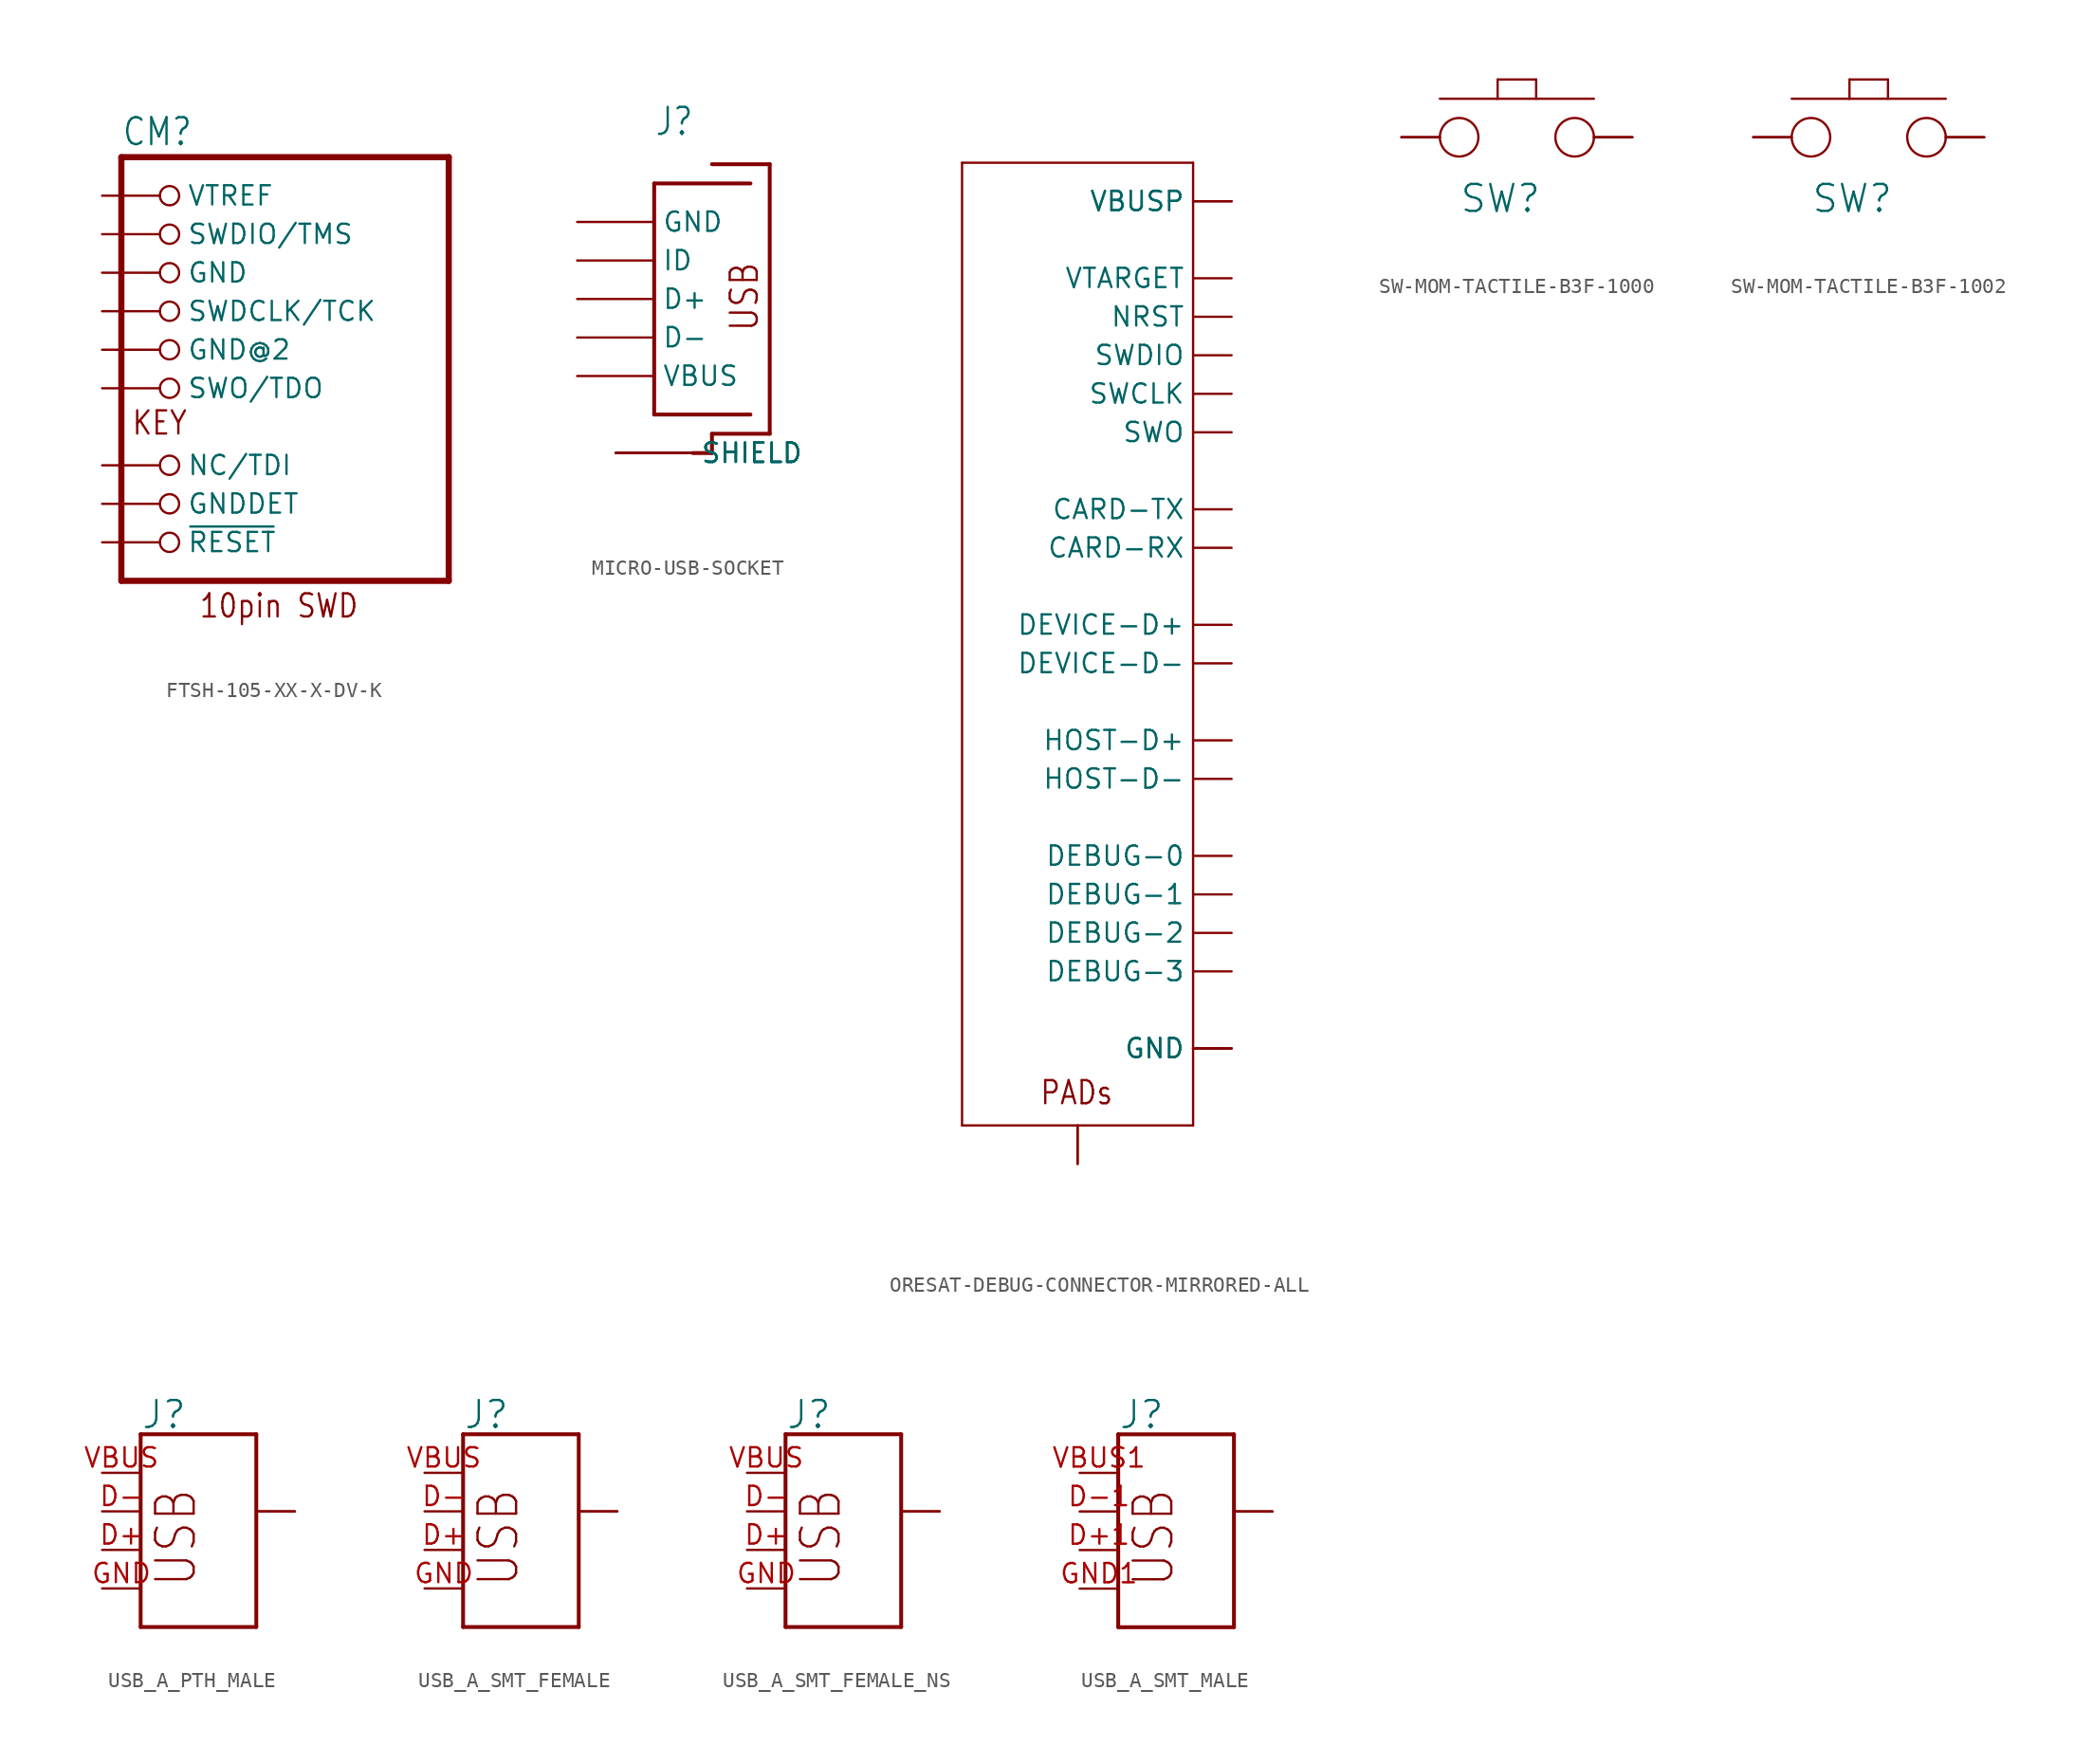
<source format=kicad_sym>
(kicad_symbol_lib
  (version 20231120)
  (generator "kicad_symbol_editor")
  (generator_version "8.0")
  (symbol "FTSH-105-XX-X-DV-K"
    (property "Reference" "CM"
      (at -6.35 18.415 0)
      (effects (font (size 1.778 1.511)) (justify left bottom)))
    (property "ki_locked" ""
      (at 0 0 0)
      (effects (font (size 1.27 1.27))))
    (symbol "FTSH-105-XX-X-DV-K_1_0"
      (polyline (pts (xy -6.35 -10.16) (xy 15.24 -10.16)) (stroke (width 0.406) (type solid)) (fill (type none)))
      (polyline (pts (xy -6.35 17.78) (xy -6.35 -10.16)) (stroke (width 0.406) (type solid)) (fill (type none)))
      (polyline (pts (xy 15.24 -10.16) (xy 15.24 17.78)) (stroke (width 0.406) (type solid)) (fill (type none)))
      (polyline (pts (xy 15.24 17.78) (xy -6.35 17.78)) (stroke (width 0.406) (type solid)) (fill (type none)))
      (text "10pin SWD" (at -1.27 -12.7 0) (effects (font (size 1.524 1.295)) (justify left bottom)))
      (text "KEY" (at -5.715 -0.635 0) (effects (font (size 1.524 1.295)) (justify left bottom)))
      (pin passive inverted (at -7.62 15.24 0) (length 5.08) (name "VTREF" (effects (font (size 1.27 1.27)))) (number "1" (effects (font (size 0 0)))))
      (pin passive inverted (at -7.62 -7.62 0) (length 5.08) (name "~{RESET}" (effects (font (size 1.27 1.27)))) (number "10" (effects (font (size 0 0)))))
      (pin passive inverted (at -7.62 12.7 0) (length 5.08) (name "SWDIO/TMS" (effects (font (size 1.27 1.27)))) (number "2" (effects (font (size 0 0)))))
      (pin passive inverted (at -7.62 10.16 0) (length 5.08) (name "GND" (effects (font (size 1.27 1.27)))) (number "3" (effects (font (size 0 0)))))
      (pin passive inverted (at -7.62 7.62 0) (length 5.08) (name "SWDCLK/TCK" (effects (font (size 1.27 1.27)))) (number "4" (effects (font (size 0 0)))))
      (pin passive inverted (at -7.62 5.08 0) (length 5.08) (name "GND@2" (effects (font (size 1.27 1.27)))) (number "5" (effects (font (size 0 0)))))
      (pin passive inverted (at -7.62 2.54 0) (length 5.08) (name "SWO/TDO" (effects (font (size 1.27 1.27)))) (number "6" (effects (font (size 0 0)))))
      (pin passive inverted (at -7.62 -2.54 0) (length 5.08) (name "NC/TDI" (effects (font (size 1.27 1.27)))) (number "8" (effects (font (size 0 0)))))
      (pin passive inverted (at -7.62 -5.08 0) (length 5.08) (name "GNDDET" (effects (font (size 1.27 1.27)))) (number "9" (effects (font (size 0 0)))))))
  (symbol "MICRO-USB-SOCKET"
    (property "Reference" "J"
      (at -2.54 10.668 0)
      (effects (font (size 1.778 1.511)) (justify left bottom)))
    (property "Value" ""
      (at -2.54 -13.97 0)
      (effects (font (size 1.778 1.511)) (justify left bottom)))
    (property "ki_locked" ""
      (at 0 0 0)
      (effects (font (size 1.27 1.27))))
    (symbol "MICRO-USB-SOCKET_1_0"
      (polyline (pts (xy -2.54 -7.62) (xy -2.54 7.62)) (stroke (width 0.254) (type solid)) (fill (type none)))
      (polyline (pts (xy -2.54 7.62) (xy 3.81 7.62)) (stroke (width 0.254) (type solid)) (fill (type none)))
      (polyline (pts (xy 0 -10.16) (xy 1.27 -10.16)) (stroke (width 0.254) (type solid)) (fill (type none)))
      (polyline (pts (xy 1.27 -8.89) (xy 1.27 -10.16)) (stroke (width 0.254) (type solid)) (fill (type none)))
      (polyline (pts (xy 1.27 8.89) (xy 5.08 8.89)) (stroke (width 0.254) (type solid)) (fill (type none)))
      (polyline (pts (xy 3.81 -7.62) (xy -2.54 -7.62)) (stroke (width 0.254) (type solid)) (fill (type none)))
      (polyline (pts (xy 5.08 -8.89) (xy 1.27 -8.89)) (stroke (width 0.254) (type solid)) (fill (type none)))
      (polyline (pts (xy 5.08 8.89) (xy 5.08 -8.89)) (stroke (width 0.254) (type solid)) (fill (type none)))
      (text "USB" (at 4.445 -2.223 900) (effects (font (size 1.778 1.511)) (justify left bottom)))
      (pin passive line (at -7.62 -5.08 0) (length 5.08) (name "VBUS" (effects (font (size 1.27 1.27)))) (number "1" (effects (font (size 0 0)))))
      (pin passive line (at -7.62 -2.54 0) (length 5.08) (name "D-" (effects (font (size 1.27 1.27)))) (number "2" (effects (font (size 0 0)))))
      (pin passive line (at -7.62 0 0) (length 5.08) (name "D+" (effects (font (size 1.27 1.27)))) (number "3" (effects (font (size 0 0)))))
      (pin passive line (at -7.62 2.54 0) (length 5.08) (name "ID" (effects (font (size 1.27 1.27)))) (number "4" (effects (font (size 0 0)))))
      (pin passive line (at -7.62 5.08 0) (length 5.08) (name "GND" (effects (font (size 1.27 1.27)))) (number "5" (effects (font (size 0 0)))))
      (pin passive line (at -5.08 -10.16 0) (length 5.08) (name "SHIELD" (effects (font (size 1.27 1.27)))) (number "SHELL" (effects (font (size 0 0)))))
      (pin passive line (at -5.08 -10.16 0) (length 5.08) (name "SHIELD" (effects (font (size 1.27 1.27)))) (number "SHELL1" (effects (font (size 0 0)))))
      (pin passive line (at -5.08 -10.16 0) (length 5.08) (name "SHIELD" (effects (font (size 1.27 1.27)))) (number "SHELL2" (effects (font (size 0 0)))))
      (pin passive line (at -5.08 -10.16 0) (length 5.08) (name "SHIELD" (effects (font (size 1.27 1.27)))) (number "SHELL3" (effects (font (size 0 0)))))))
  (symbol "ORESAT-DEBUG-CONNECTOR-MIRRORED-ALL"
    (property "Reference" "J"
      (at -2.54 31.75 0)
      (effects (font (size 2.083 1.77)) (justify left bottom) (hide yes)))
    (property "ki_locked" ""
      (at 0 0 0)
      (effects (font (size 1.27 1.27))))
    (symbol "ORESAT-DEBUG-CONNECTOR-MIRRORED-ALL_1_0"
      (polyline (pts (xy -6.35 -33.02) (xy 8.89 -33.02)) (stroke (width 0.152) (type solid)) (fill (type none)))
      (polyline (pts (xy -6.35 30.48) (xy -6.35 -33.02)) (stroke (width 0.152) (type solid)) (fill (type none)))
      (polyline (pts (xy 8.89 -33.02) (xy 8.89 30.48)) (stroke (width 0.152) (type solid)) (fill (type none)))
      (polyline (pts (xy 8.89 30.48) (xy -6.35 30.48)) (stroke (width 0.152) (type solid)) (fill (type none)))
      (text "PADs" (at -1.27 -31.75 0) (effects (font (size 1.524 1.295)) (justify left bottom)))
      (pin passive line (at 11.43 -22.86 180) (length 2.54) (name "DEBUG-3" (effects (font (size 1.27 1.27)))) (number "1" (effects (font (size 0 0)))))
      (pin passive line (at 11.43 22.86 180) (length 2.54) (name "VTARGET" (effects (font (size 1.27 1.27)))) (number "10" (effects (font (size 0 0)))))
      (pin passive line (at 11.43 20.32 180) (length 2.54) (name "NRST" (effects (font (size 1.27 1.27)))) (number "11" (effects (font (size 0 0)))))
      (pin passive line (at 11.43 -27.94 180) (length 2.54) (name "GND" (effects (font (size 1.27 1.27)))) (number "12" (effects (font (size 0 0)))))
      (pin passive line (at 11.43 -10.16 180) (length 2.54) (name "HOST-D-" (effects (font (size 1.27 1.27)))) (number "13" (effects (font (size 0 0)))))
      (pin passive line (at 11.43 -7.62 180) (length 2.54) (name "HOST-D+" (effects (font (size 1.27 1.27)))) (number "14" (effects (font (size 0 0)))))
      (pin passive line (at 11.43 -27.94 180) (length 2.54) (name "GND" (effects (font (size 1.27 1.27)))) (number "15" (effects (font (size 0 0)))))
      (pin passive line (at 11.43 -2.54 180) (length 2.54) (name "DEVICE-D-" (effects (font (size 1.27 1.27)))) (number "16" (effects (font (size 0 0)))))
      (pin passive line (at 11.43 0 180) (length 2.54) (name "DEVICE-D+" (effects (font (size 1.27 1.27)))) (number "17" (effects (font (size 0 0)))))
      (pin passive line (at 11.43 -27.94 180) (length 2.54) (name "GND" (effects (font (size 1.27 1.27)))) (number "18" (effects (font (size 0 0)))))
      (pin passive line (at 11.43 27.94 180) (length 2.54) (name "VBUSP" (effects (font (size 1.27 1.27)))) (number "19" (effects (font (size 0 0)))))
      (pin passive line (at 11.43 -20.32 180) (length 2.54) (name "DEBUG-2" (effects (font (size 1.27 1.27)))) (number "2" (effects (font (size 0 0)))))
      (pin passive line (at 11.43 27.94 180) (length 2.54) (name "VBUSP" (effects (font (size 1.27 1.27)))) (number "20" (effects (font (size 0 0)))))
      (pin passive line (at 11.43 -17.78 180) (length 2.54) (name "DEBUG-1" (effects (font (size 1.27 1.27)))) (number "3" (effects (font (size 0 0)))))
      (pin passive line (at 11.43 -15.24 180) (length 2.54) (name "DEBUG-0" (effects (font (size 1.27 1.27)))) (number "4" (effects (font (size 0 0)))))
      (pin passive line (at 11.43 12.7 180) (length 2.54) (name "SWO" (effects (font (size 1.27 1.27)))) (number "5" (effects (font (size 0 0)))))
      (pin passive line (at 11.43 15.24 180) (length 2.54) (name "SWCLK" (effects (font (size 1.27 1.27)))) (number "6" (effects (font (size 0 0)))))
      (pin passive line (at 11.43 17.78 180) (length 2.54) (name "SWDIO" (effects (font (size 1.27 1.27)))) (number "7" (effects (font (size 0 0)))))
      (pin passive line (at 11.43 7.62 180) (length 2.54) (name "CARD-TX" (effects (font (size 1.27 1.27)))) (number "8" (effects (font (size 0 0)))))
      (pin passive line (at 11.43 5.08 180) (length 2.54) (name "CARD-RX" (effects (font (size 1.27 1.27)))) (number "9" (effects (font (size 0 0)))))
      (pin bidirectional line (at 1.27 -35.56 90) (length 2.54) (name "PAD" (effects (font (size 0 0)))) (number "PAD1" (effects (font (size 0 0)))))
      (pin bidirectional line (at 1.27 -35.56 90) (length 2.54) (name "PAD" (effects (font (size 0 0)))) (number "PAD2" (effects (font (size 0 0)))))))
  (symbol "SW-MOM-TACTILE-B3F-1000"
    (property "Reference" "SW"
      (at -3.81 -5.08 0)
      (effects (font (size 1.778 1.778)) (justify left bottom)))
    (property "Value" ""
      (at -3.81 -7.62 0)
      (effects (font (size 1.778 1.778)) (justify left bottom)))
    (property "ki_locked" ""
      (at 0 0 0)
      (effects (font (size 1.27 1.27))))
    (symbol "SW-MOM-TACTILE-B3F-1000_1_0"
      (circle (center -3.81 0) (radius 1.27) (stroke (width 0.152) (type solid)) (fill (type none)))
      (polyline (pts (xy -5.08 2.54) (xy -1.27 2.54)) (stroke (width 0.152) (type solid)) (fill (type none)))
      (polyline (pts (xy -1.27 2.54) (xy -1.27 3.81)) (stroke (width 0.152) (type solid)) (fill (type none)))
      (polyline (pts (xy -1.27 2.54) (xy 1.27 2.54)) (stroke (width 0.152) (type solid)) (fill (type none)))
      (polyline (pts (xy -1.27 3.81) (xy 1.27 3.81)) (stroke (width 0.152) (type solid)) (fill (type none)))
      (polyline (pts (xy 1.27 2.54) (xy 5.08 2.54)) (stroke (width 0.152) (type solid)) (fill (type none)))
      (polyline (pts (xy 1.27 3.81) (xy 1.27 2.54)) (stroke (width 0.152) (type solid)) (fill (type none)))
      (circle (center 3.81 0) (radius 1.27) (stroke (width 0.152) (type solid)) (fill (type none)))
      (pin passive line (at -7.62 0 0) (length 2.54) (name "1" (effects (font (size 0 0)))) (number "1" (effects (font (size 0 0)))))
      (pin passive line (at -7.62 0 0) (length 2.54) (name "1" (effects (font (size 0 0)))) (number "2" (effects (font (size 0 0)))))
      (pin passive line (at 7.62 0 180) (length 2.54) (name "2" (effects (font (size 0 0)))) (number "3" (effects (font (size 0 0)))))
      (pin passive line (at 7.62 0 180) (length 2.54) (name "2" (effects (font (size 0 0)))) (number "4" (effects (font (size 0 0)))))))
  (symbol "SW-MOM-TACTILE-B3F-1002"
    (property "Reference" "SW"
      (at -3.81 -5.08 0)
      (effects (font (size 1.778 1.778)) (justify left bottom)))
    (property "Value" ""
      (at -3.81 -7.62 0)
      (effects (font (size 1.778 1.778)) (justify left bottom)))
    (property "ki_locked" ""
      (at 0 0 0)
      (effects (font (size 1.27 1.27))))
    (symbol "SW-MOM-TACTILE-B3F-1002_1_0"
      (circle (center -3.81 0) (radius 1.27) (stroke (width 0.152) (type solid)) (fill (type none)))
      (polyline (pts (xy -5.08 2.54) (xy -1.27 2.54)) (stroke (width 0.152) (type solid)) (fill (type none)))
      (polyline (pts (xy -1.27 2.54) (xy -1.27 3.81)) (stroke (width 0.152) (type solid)) (fill (type none)))
      (polyline (pts (xy -1.27 2.54) (xy 1.27 2.54)) (stroke (width 0.152) (type solid)) (fill (type none)))
      (polyline (pts (xy -1.27 3.81) (xy 1.27 3.81)) (stroke (width 0.152) (type solid)) (fill (type none)))
      (polyline (pts (xy 1.27 2.54) (xy 5.08 2.54)) (stroke (width 0.152) (type solid)) (fill (type none)))
      (polyline (pts (xy 1.27 3.81) (xy 1.27 2.54)) (stroke (width 0.152) (type solid)) (fill (type none)))
      (circle (center 3.81 0) (radius 1.27) (stroke (width 0.152) (type solid)) (fill (type none)))
      (pin passive line (at -7.62 0 0) (length 2.54) (name "1" (effects (font (size 0 0)))) (number "1" (effects (font (size 0 0)))))
      (pin passive line (at -7.62 0 0) (length 2.54) (name "1" (effects (font (size 0 0)))) (number "2" (effects (font (size 0 0)))))
      (pin passive line (at 7.62 0 180) (length 2.54) (name "2" (effects (font (size 0 0)))) (number "3" (effects (font (size 0 0)))))
      (pin passive line (at 7.62 0 180) (length 2.54) (name "2" (effects (font (size 0 0)))) (number "4" (effects (font (size 0 0)))))))
  (symbol "USB_A_PTH_MALE"
    (property "Reference" "J"
      (at -5.08 7.874 0)
      (effects (font (size 1.778 1.778)) (justify left bottom)))
    (property "Value" ""
      (at -5.08 -5.334 0)
      (effects (font (size 1.778 1.778)) (justify left top)))
    (property "ki_locked" ""
      (at 0 0 0)
      (effects (font (size 1.27 1.27))))
    (symbol "USB_A_PTH_MALE_1_0"
      (polyline (pts (xy -5.08 -5.08) (xy 2.54 -5.08)) (stroke (width 0.254) (type solid)) (fill (type none)))
      (polyline (pts (xy -5.08 7.62) (xy -5.08 -5.08)) (stroke (width 0.254) (type solid)) (fill (type none)))
      (polyline (pts (xy 2.54 7.62) (xy -5.08 7.62)) (stroke (width 0.254) (type solid)) (fill (type none)))
      (polyline (pts (xy 2.54 7.62) (xy 2.54 -5.08)) (stroke (width 0.254) (type solid)) (fill (type none)))
      (text "USB" (at -1.27 -2.54 900) (effects (font (size 2.54 2.159)) (justify left bottom)))
      (pin bidirectional line (at -7.62 0 0) (length 2.54) (name "D+" (effects (font (size 0 0)))) (number "D+" (effects (font (size 1.27 1.27)))))
      (pin bidirectional line (at -7.62 2.54 0) (length 2.54) (name "D-" (effects (font (size 0 0)))) (number "D-" (effects (font (size 1.27 1.27)))))
      (pin power_in line (at -7.62 -2.54 0) (length 2.54) (name "GND" (effects (font (size 0 0)))) (number "GND" (effects (font (size 1.27 1.27)))))
      (pin bidirectional line (at 5.08 2.54 180) (length 2.54) (name "SHIELD" (effects (font (size 0 0)))) (number "SHLD1" (effects (font (size 0 0)))))
      (pin bidirectional line (at 5.08 2.54 180) (length 2.54) (name "SHIELD" (effects (font (size 0 0)))) (number "SHLD2" (effects (font (size 0 0)))))
      (pin power_in line (at -7.62 5.08 0) (length 2.54) (name "VBUS" (effects (font (size 0 0)))) (number "VBUS" (effects (font (size 1.27 1.27)))))))
  (symbol "USB_A_SMT_FEMALE"
    (property "Reference" "J"
      (at -5.08 7.874 0)
      (effects (font (size 1.778 1.778)) (justify left bottom)))
    (property "Value" ""
      (at -5.08 -5.334 0)
      (effects (font (size 1.778 1.778)) (justify left top)))
    (property "ki_locked" ""
      (at 0 0 0)
      (effects (font (size 1.27 1.27))))
    (symbol "USB_A_SMT_FEMALE_1_0"
      (polyline (pts (xy -5.08 -5.08) (xy 2.54 -5.08)) (stroke (width 0.254) (type solid)) (fill (type none)))
      (polyline (pts (xy -5.08 7.62) (xy -5.08 -5.08)) (stroke (width 0.254) (type solid)) (fill (type none)))
      (polyline (pts (xy 2.54 7.62) (xy -5.08 7.62)) (stroke (width 0.254) (type solid)) (fill (type none)))
      (polyline (pts (xy 2.54 7.62) (xy 2.54 -5.08)) (stroke (width 0.254) (type solid)) (fill (type none)))
      (text "USB" (at -1.27 -2.54 900) (effects (font (size 2.54 2.159)) (justify left bottom)))
      (pin bidirectional line (at -7.62 0 0) (length 2.54) (name "D+" (effects (font (size 0 0)))) (number "D+" (effects (font (size 1.27 1.27)))))
      (pin bidirectional line (at -7.62 2.54 0) (length 2.54) (name "D-" (effects (font (size 0 0)))) (number "D-" (effects (font (size 1.27 1.27)))))
      (pin power_in line (at -7.62 -2.54 0) (length 2.54) (name "GND" (effects (font (size 0 0)))) (number "GND" (effects (font (size 1.27 1.27)))))
      (pin bidirectional line (at 5.08 2.54 180) (length 2.54) (name "SHIELD" (effects (font (size 0 0)))) (number "SHLD1" (effects (font (size 0 0)))))
      (pin bidirectional line (at 5.08 2.54 180) (length 2.54) (name "SHIELD" (effects (font (size 0 0)))) (number "SHLD2" (effects (font (size 0 0)))))
      (pin power_in line (at -7.62 5.08 0) (length 2.54) (name "VBUS" (effects (font (size 0 0)))) (number "VBUS" (effects (font (size 1.27 1.27)))))))
  (symbol "USB_A_SMT_FEMALE_NS"
    (property "Reference" "J"
      (at -5.08 7.874 0)
      (effects (font (size 1.778 1.778)) (justify left bottom)))
    (property "Value" ""
      (at -5.08 -5.334 0)
      (effects (font (size 1.778 1.778)) (justify left top)))
    (property "ki_locked" ""
      (at 0 0 0)
      (effects (font (size 1.27 1.27))))
    (symbol "USB_A_SMT_FEMALE_NS_1_0"
      (polyline (pts (xy -5.08 -5.08) (xy 2.54 -5.08)) (stroke (width 0.254) (type solid)) (fill (type none)))
      (polyline (pts (xy -5.08 7.62) (xy -5.08 -5.08)) (stroke (width 0.254) (type solid)) (fill (type none)))
      (polyline (pts (xy 2.54 7.62) (xy -5.08 7.62)) (stroke (width 0.254) (type solid)) (fill (type none)))
      (polyline (pts (xy 2.54 7.62) (xy 2.54 -5.08)) (stroke (width 0.254) (type solid)) (fill (type none)))
      (text "USB" (at -1.27 -2.54 900) (effects (font (size 2.54 2.159)) (justify left bottom)))
      (pin bidirectional line (at -7.62 0 0) (length 2.54) (name "D+" (effects (font (size 0 0)))) (number "D+" (effects (font (size 1.27 1.27)))))
      (pin bidirectional line (at -7.62 2.54 0) (length 2.54) (name "D-" (effects (font (size 0 0)))) (number "D-" (effects (font (size 1.27 1.27)))))
      (pin power_in line (at -7.62 -2.54 0) (length 2.54) (name "GND" (effects (font (size 0 0)))) (number "GND" (effects (font (size 1.27 1.27)))))
      (pin bidirectional line (at 5.08 2.54 180) (length 2.54) (name "SHIELD" (effects (font (size 0 0)))) (number "SHLD1" (effects (font (size 0 0)))))
      (pin bidirectional line (at 5.08 2.54 180) (length 2.54) (name "SHIELD" (effects (font (size 0 0)))) (number "SHLD2" (effects (font (size 0 0)))))
      (pin power_in line (at -7.62 5.08 0) (length 2.54) (name "VBUS" (effects (font (size 0 0)))) (number "VBUS" (effects (font (size 1.27 1.27)))))))
  (symbol "USB_A_SMT_MALE"
    (property "Reference" "J"
      (at -5.08 7.874 0)
      (effects (font (size 1.778 1.778)) (justify left bottom)))
    (property "Value" ""
      (at -5.08 -5.334 0)
      (effects (font (size 1.778 1.778)) (justify left top)))
    (property "ki_locked" ""
      (at 0 0 0)
      (effects (font (size 1.27 1.27))))
    (symbol "USB_A_SMT_MALE_1_0"
      (polyline (pts (xy -5.08 -5.08) (xy 2.54 -5.08)) (stroke (width 0.254) (type solid)) (fill (type none)))
      (polyline (pts (xy -5.08 7.62) (xy -5.08 -5.08)) (stroke (width 0.254) (type solid)) (fill (type none)))
      (polyline (pts (xy 2.54 7.62) (xy -5.08 7.62)) (stroke (width 0.254) (type solid)) (fill (type none)))
      (polyline (pts (xy 2.54 7.62) (xy 2.54 -5.08)) (stroke (width 0.254) (type solid)) (fill (type none)))
      (text "USB" (at -1.27 -2.54 900) (effects (font (size 2.54 2.159)) (justify left bottom)))
      (pin bidirectional line (at -7.62 0 0) (length 2.54) (name "D+" (effects (font (size 0 0)))) (number "D+1" (effects (font (size 1.27 1.27)))))
      (pin bidirectional line (at -7.62 2.54 0) (length 2.54) (name "D-" (effects (font (size 0 0)))) (number "D-1" (effects (font (size 1.27 1.27)))))
      (pin power_in line (at -7.62 -2.54 0) (length 2.54) (name "GND" (effects (font (size 0 0)))) (number "GND1" (effects (font (size 1.27 1.27)))))
      (pin bidirectional line (at 5.08 2.54 180) (length 2.54) (name "SHIELD" (effects (font (size 0 0)))) (number "SHLD1" (effects (font (size 0 0)))))
      (pin bidirectional line (at 5.08 2.54 180) (length 2.54) (name "SHIELD" (effects (font (size 0 0)))) (number "SHLD2" (effects (font (size 0 0)))))
      (pin power_in line (at -7.62 5.08 0) (length 2.54) (name "VBUS" (effects (font (size 0 0)))) (number "VBUS1" (effects (font (size 1.27 1.27))))))))
</source>
